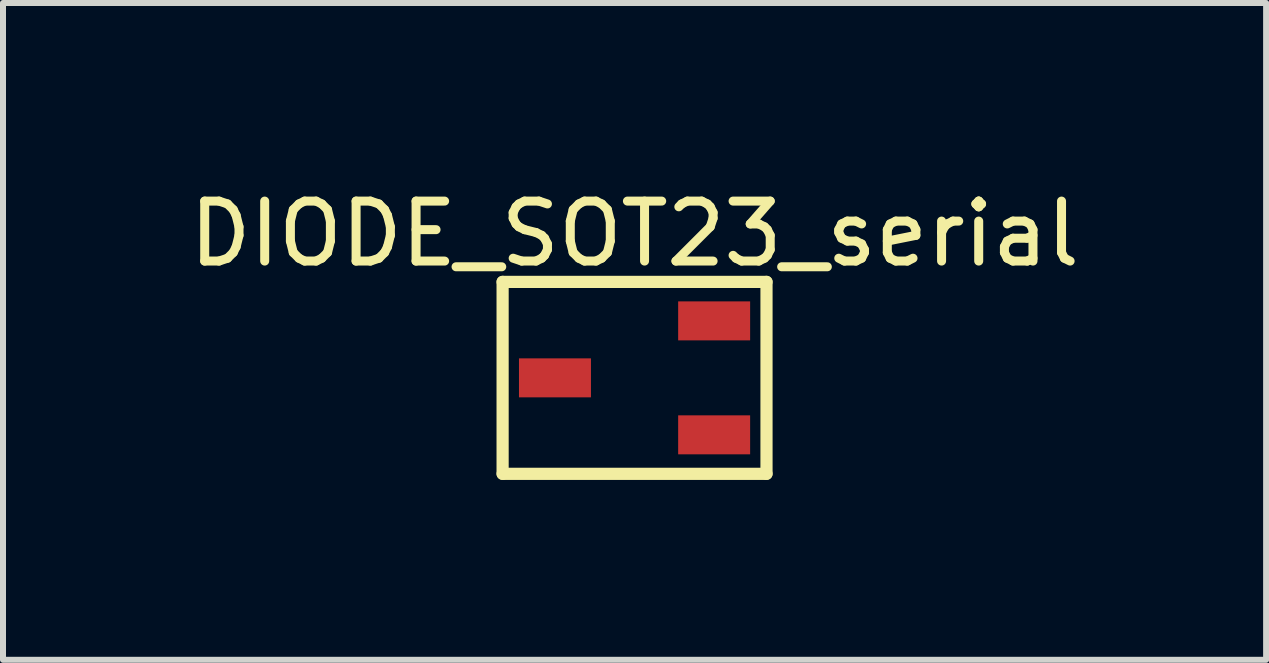
<source format=kicad_pcb>
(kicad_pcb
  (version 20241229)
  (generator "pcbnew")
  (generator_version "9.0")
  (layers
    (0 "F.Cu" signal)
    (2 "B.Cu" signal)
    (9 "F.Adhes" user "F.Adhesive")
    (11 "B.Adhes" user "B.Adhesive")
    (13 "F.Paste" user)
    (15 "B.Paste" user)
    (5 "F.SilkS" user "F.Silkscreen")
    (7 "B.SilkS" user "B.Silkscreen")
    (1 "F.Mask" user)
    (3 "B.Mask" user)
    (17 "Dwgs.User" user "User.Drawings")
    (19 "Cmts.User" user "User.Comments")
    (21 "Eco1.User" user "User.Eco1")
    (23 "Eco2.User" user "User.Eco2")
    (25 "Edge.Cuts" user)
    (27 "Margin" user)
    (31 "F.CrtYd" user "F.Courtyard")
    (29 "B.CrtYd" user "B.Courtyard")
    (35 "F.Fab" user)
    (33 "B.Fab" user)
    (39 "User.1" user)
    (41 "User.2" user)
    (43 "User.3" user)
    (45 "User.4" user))
  (footprint "DIODE_SOT23_serial"
    (layer "F.Cu")
    (at 7.53 3.25)
    (property "Reference" "DIODE_SOT23_serial" (at 0 -2.402 0) (layer "F.SilkS") (effects (font (size 1 1) (thickness 0.15))))
    (fp_line (start -2.2 -1.6) (end 2.2 -1.6) (stroke (width 0.203) (type solid)) (layer "F.SilkS"))
    (fp_line (start -2.2 1.6) (end -2.2 -1.6) (stroke (width 0.203) (type solid)) (layer "F.SilkS"))
    (fp_line (start -2.2 1.6) (end 2.2 1.6) (stroke (width 0.203) (type solid)) (layer "F.SilkS"))
    (fp_line (start 2.2 1.6) (end 2.2 -1.6) (stroke (width 0.203) (type solid)) (layer "F.SilkS"))
    (pad "A" smd rect (at 1.327 0.95 90) (size 0.65 1.2) (layers "F.Cu" "F.Mask" "F.Paste"))
    (pad "COM" smd rect (at -1.327 0 90) (size 0.65 1.2) (layers "F.Cu" "F.Mask" "F.Paste"))
    (pad "K" smd rect (at 1.327 -0.95 90) (size 0.65 1.2) (layers "F.Cu" "F.Mask" "F.Paste")))
  (gr_rect
    (start -3 -3)
    (end 18.06 7.951)
    (stroke (width 0.1) (type default))
    (fill no)
    (layer "Edge.Cuts")))
</source>
